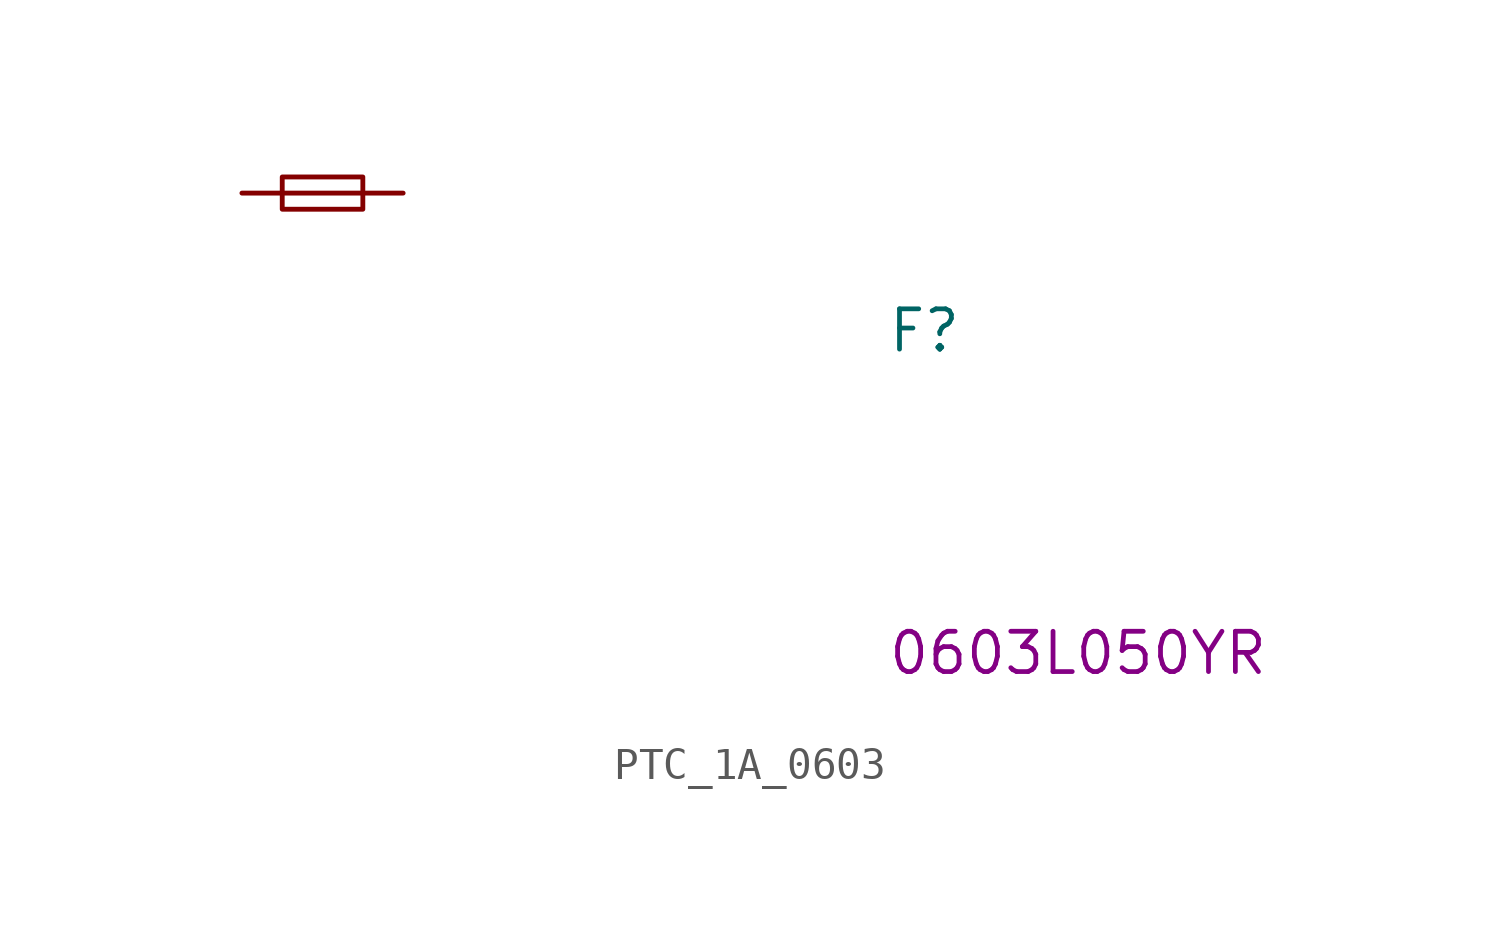
<source format=kicad_sym>
(kicad_symbol_lib
  (version 20211014)
  (generator kicad_symbol_editor)
  (symbol "PTC_1A_0603"
    (pin_numbers hide)
    (pin_names
      (offset 1.016) hide)
    (property "Reference" "F"
      (at 20.32 -5.08 0)
      (effects (font (size 1.27 1.27) (thickness 0.15)) (justify left bottom)))
    (property "MPN" "0603L050YR"
      (at 20.32 -15.24 0)
      (effects (font (size 1.27 1.27) (thickness 0.15)) (justify left bottom)))
    (symbol "PTC_1A_0603_0_1"
      (polyline (pts (xy 1.27 0) (xy 3.81 0)) (stroke (width 0) (type default) (color 0 0 0 0)) (fill (type none)))
      (rectangle (start 1.27 0.508) (end 3.81 -0.508) (stroke (width 0) (type default) (color 0 0 0 0)) (fill (type none))))
    (symbol "PTC_1A_0603_1_1"
      (pin passive line (at 0 0 0) (length 1.27) (name "~" (effects (font (size 1.27 1.27)))) (number "1" (effects (font (size 1.27 1.27)))))
      (pin passive line (at 5.08 0 180) (length 1.27) (name "~" (effects (font (size 1.27 1.27)))) (number "2" (effects (font (size 1.27 1.27))))))))
</source>
